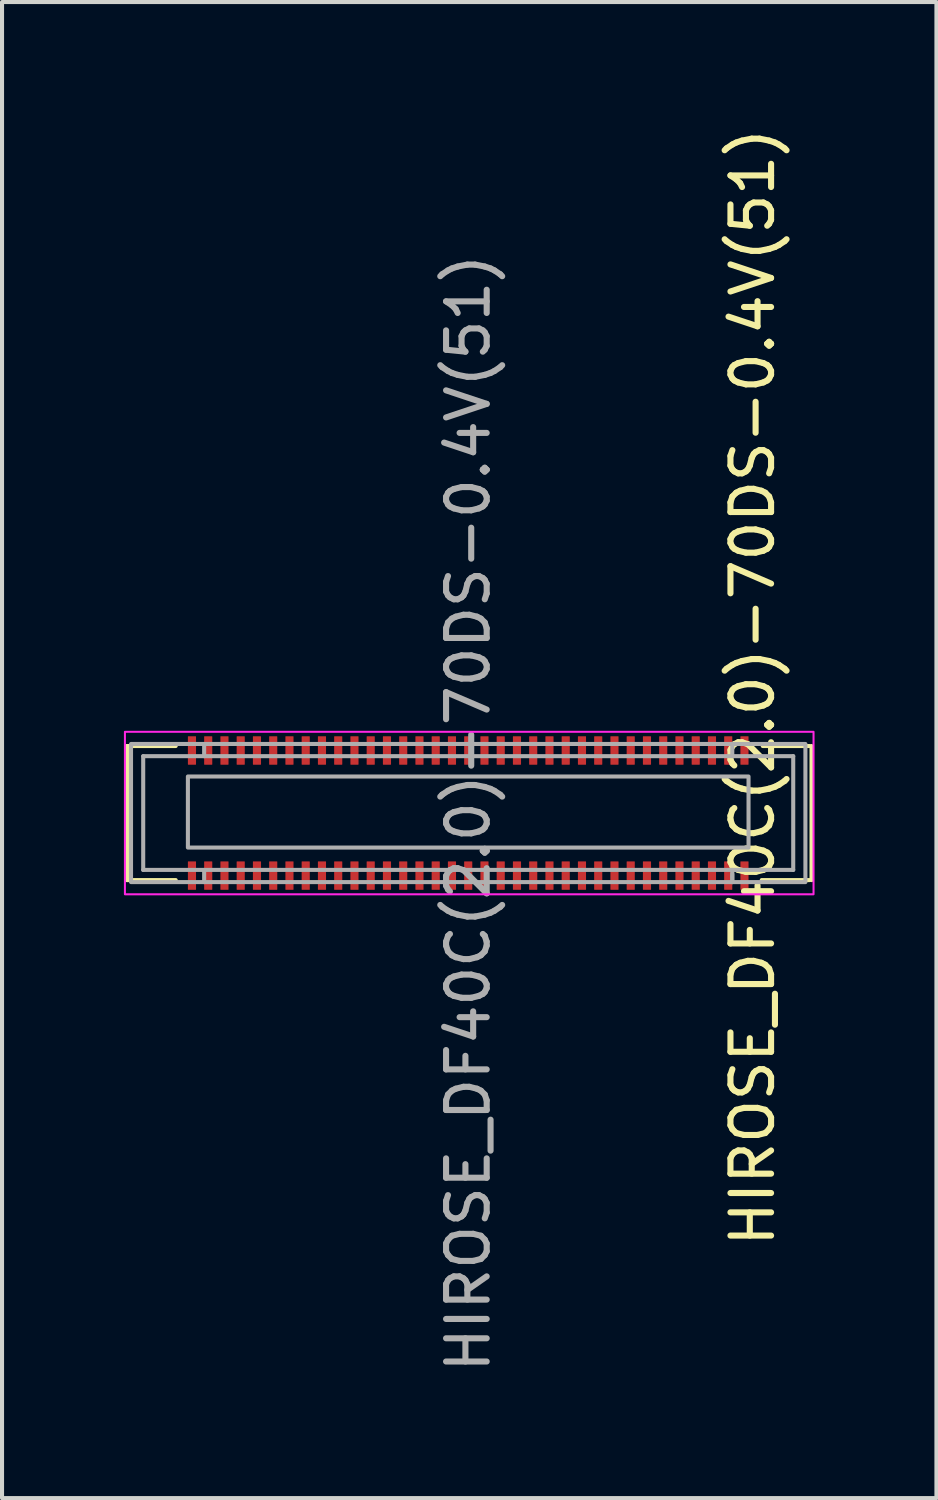
<source format=kicad_pcb>
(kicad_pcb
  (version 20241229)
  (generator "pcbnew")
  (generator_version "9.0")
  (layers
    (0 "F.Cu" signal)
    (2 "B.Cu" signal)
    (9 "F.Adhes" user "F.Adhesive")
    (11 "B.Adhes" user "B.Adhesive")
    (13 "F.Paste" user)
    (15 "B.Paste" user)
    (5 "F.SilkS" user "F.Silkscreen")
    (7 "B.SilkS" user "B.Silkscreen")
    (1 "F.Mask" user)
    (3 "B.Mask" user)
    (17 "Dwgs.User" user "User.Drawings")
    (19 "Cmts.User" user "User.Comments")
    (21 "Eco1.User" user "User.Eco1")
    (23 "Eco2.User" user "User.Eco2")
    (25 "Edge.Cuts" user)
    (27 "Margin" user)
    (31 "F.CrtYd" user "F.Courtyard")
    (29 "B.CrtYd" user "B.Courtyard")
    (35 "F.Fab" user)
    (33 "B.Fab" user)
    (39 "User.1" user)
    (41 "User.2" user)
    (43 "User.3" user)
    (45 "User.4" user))
  (footprint "HIROSE_DF40C(2.0)-70DS-0.4V(51)"
    (layer "F.Cu")
    (at 8.475 16.963)
    (property "Reference" "HIROSE_DF40C(2.0)-70DS-0.4V(51)" (at 7 -3.1 90) (unlocked yes) (layer "F.SilkS") (effects (font (size 1 1) (thickness 0.15))))
    (attr smd)
    (fp_rect (start -6.9 1.19) (end -6.7 1.89) (stroke (width 0) (type solid)) (fill yes) (layer "F.Mask"))
    (fp_rect (start -6.7 -1.19) (end -6.9 -1.89) (stroke (width 0) (type solid)) (fill yes) (layer "F.Mask"))
    (fp_rect (start -6.5 1.19) (end -6.3 1.89) (stroke (width 0) (type solid)) (fill yes) (layer "F.Mask"))
    (fp_rect (start -6.3 -1.19) (end -6.5 -1.89) (stroke (width 0) (type solid)) (fill yes) (layer "F.Mask"))
    (fp_rect (start -6.1 1.19) (end -5.9 1.89) (stroke (width 0) (type solid)) (fill yes) (layer "F.Mask"))
    (fp_rect (start -5.9 -1.19) (end -6.1 -1.89) (stroke (width 0) (type solid)) (fill yes) (layer "F.Mask"))
    (fp_rect (start -5.7 1.19) (end -5.5 1.89) (stroke (width 0) (type solid)) (fill yes) (layer "F.Mask"))
    (fp_rect (start -5.5 -1.19) (end -5.7 -1.89) (stroke (width 0) (type solid)) (fill yes) (layer "F.Mask"))
    (fp_rect (start -5.3 1.19) (end -5.1 1.89) (stroke (width 0) (type solid)) (fill yes) (layer "F.Mask"))
    (fp_rect (start -5.1 -1.19) (end -5.3 -1.89) (stroke (width 0) (type solid)) (fill yes) (layer "F.Mask"))
    (fp_rect (start -4.9 1.19) (end -4.7 1.89) (stroke (width 0) (type solid)) (fill yes) (layer "F.Mask"))
    (fp_rect (start -4.7 -1.19) (end -4.9 -1.89) (stroke (width 0) (type solid)) (fill yes) (layer "F.Mask"))
    (fp_rect (start -4.5 1.19) (end -4.3 1.89) (stroke (width 0) (type solid)) (fill yes) (layer "F.Mask"))
    (fp_rect (start -4.3 -1.19) (end -4.5 -1.89) (stroke (width 0) (type solid)) (fill yes) (layer "F.Mask"))
    (fp_rect (start -4.1 1.19) (end -3.9 1.89) (stroke (width 0) (type solid)) (fill yes) (layer "F.Mask"))
    (fp_rect (start -3.9 -1.19) (end -4.1 -1.89) (stroke (width 0) (type solid)) (fill yes) (layer "F.Mask"))
    (fp_rect (start -3.7 1.19) (end -3.5 1.89) (stroke (width 0) (type solid)) (fill yes) (layer "F.Mask"))
    (fp_rect (start -3.5 -1.19) (end -3.7 -1.89) (stroke (width 0) (type solid)) (fill yes) (layer "F.Mask"))
    (fp_rect (start -3.3 1.19) (end -3.1 1.89) (stroke (width 0) (type solid)) (fill yes) (layer "F.Mask"))
    (fp_rect (start -3.1 -1.19) (end -3.3 -1.89) (stroke (width 0) (type solid)) (fill yes) (layer "F.Mask"))
    (fp_rect (start -2.9 1.19) (end -2.7 1.89) (stroke (width 0) (type solid)) (fill yes) (layer "F.Mask"))
    (fp_rect (start -2.7 -1.19) (end -2.9 -1.89) (stroke (width 0) (type solid)) (fill yes) (layer "F.Mask"))
    (fp_rect (start -2.5 1.19) (end -2.3 1.89) (stroke (width 0) (type solid)) (fill yes) (layer "F.Mask"))
    (fp_rect (start -2.3 -1.19) (end -2.5 -1.89) (stroke (width 0) (type solid)) (fill yes) (layer "F.Mask"))
    (fp_rect (start -2.1 1.19) (end -1.9 1.89) (stroke (width 0) (type solid)) (fill yes) (layer "F.Mask"))
    (fp_rect (start -1.9 -1.19) (end -2.1 -1.89) (stroke (width 0) (type solid)) (fill yes) (layer "F.Mask"))
    (fp_rect (start -1.7 1.19) (end -1.5 1.89) (stroke (width 0) (type solid)) (fill yes) (layer "F.Mask"))
    (fp_rect (start -1.5 -1.19) (end -1.7 -1.89) (stroke (width 0) (type solid)) (fill yes) (layer "F.Mask"))
    (fp_rect (start -1.3 1.19) (end -1.1 1.89) (stroke (width 0) (type solid)) (fill yes) (layer "F.Mask"))
    (fp_rect (start -1.1 -1.19) (end -1.3 -1.89) (stroke (width 0) (type solid)) (fill yes) (layer "F.Mask"))
    (fp_rect (start -0.9 1.19) (end -0.7 1.89) (stroke (width 0) (type solid)) (fill yes) (layer "F.Mask"))
    (fp_rect (start -0.7 -1.19) (end -0.9 -1.89) (stroke (width 0) (type solid)) (fill yes) (layer "F.Mask"))
    (fp_rect (start -0.5 1.19) (end -0.3 1.89) (stroke (width 0) (type solid)) (fill yes) (layer "F.Mask"))
    (fp_rect (start -0.3 -1.19) (end -0.5 -1.89) (stroke (width 0) (type solid)) (fill yes) (layer "F.Mask"))
    (fp_rect (start -0.1 1.19) (end 0.1 1.89) (stroke (width 0) (type solid)) (fill yes) (layer "F.Mask"))
    (fp_rect (start 0.1 -1.19) (end -0.1 -1.89) (stroke (width 0) (type solid)) (fill yes) (layer "F.Mask"))
    (fp_rect (start 0.3 1.19) (end 0.5 1.89) (stroke (width 0) (type solid)) (fill yes) (layer "F.Mask"))
    (fp_rect (start 0.5 -1.19) (end 0.3 -1.89) (stroke (width 0) (type solid)) (fill yes) (layer "F.Mask"))
    (fp_rect (start 0.7 1.19) (end 0.9 1.89) (stroke (width 0) (type solid)) (fill yes) (layer "F.Mask"))
    (fp_rect (start 0.9 -1.19) (end 0.7 -1.89) (stroke (width 0) (type solid)) (fill yes) (layer "F.Mask"))
    (fp_rect (start 1.1 1.19) (end 1.3 1.89) (stroke (width 0) (type solid)) (fill yes) (layer "F.Mask"))
    (fp_rect (start 1.3 -1.19) (end 1.1 -1.89) (stroke (width 0) (type solid)) (fill yes) (layer "F.Mask"))
    (fp_rect (start 1.5 1.19) (end 1.7 1.89) (stroke (width 0) (type solid)) (fill yes) (layer "F.Mask"))
    (fp_rect (start 1.7 -1.19) (end 1.5 -1.89) (stroke (width 0) (type solid)) (fill yes) (layer "F.Mask"))
    (fp_rect (start 1.9 1.19) (end 2.1 1.89) (stroke (width 0) (type solid)) (fill yes) (layer "F.Mask"))
    (fp_rect (start 2.1 -1.19) (end 1.9 -1.89) (stroke (width 0) (type solid)) (fill yes) (layer "F.Mask"))
    (fp_rect (start 2.3 1.19) (end 2.5 1.89) (stroke (width 0) (type solid)) (fill yes) (layer "F.Mask"))
    (fp_rect (start 2.5 -1.19) (end 2.3 -1.89) (stroke (width 0) (type solid)) (fill yes) (layer "F.Mask"))
    (fp_rect (start 2.7 1.19) (end 2.9 1.89) (stroke (width 0) (type solid)) (fill yes) (layer "F.Mask"))
    (fp_rect (start 2.9 -1.19) (end 2.7 -1.89) (stroke (width 0) (type solid)) (fill yes) (layer "F.Mask"))
    (fp_rect (start 3.1 1.19) (end 3.3 1.89) (stroke (width 0) (type solid)) (fill yes) (layer "F.Mask"))
    (fp_rect (start 3.3 -1.19) (end 3.1 -1.89) (stroke (width 0) (type solid)) (fill yes) (layer "F.Mask"))
    (fp_rect (start 3.5 1.19) (end 3.7 1.89) (stroke (width 0) (type solid)) (fill yes) (layer "F.Mask"))
    (fp_rect (start 3.7 -1.19) (end 3.5 -1.89) (stroke (width 0) (type solid)) (fill yes) (layer "F.Mask"))
    (fp_rect (start 3.9 1.19) (end 4.1 1.89) (stroke (width 0) (type solid)) (fill yes) (layer "F.Mask"))
    (fp_rect (start 4.1 -1.19) (end 3.9 -1.89) (stroke (width 0) (type solid)) (fill yes) (layer "F.Mask"))
    (fp_rect (start 4.3 1.19) (end 4.5 1.89) (stroke (width 0) (type solid)) (fill yes) (layer "F.Mask"))
    (fp_rect (start 4.5 -1.19) (end 4.3 -1.89) (stroke (width 0) (type solid)) (fill yes) (layer "F.Mask"))
    (fp_rect (start 4.7 1.19) (end 4.9 1.89) (stroke (width 0) (type solid)) (fill yes) (layer "F.Mask"))
    (fp_rect (start 4.9 -1.19) (end 4.7 -1.89) (stroke (width 0) (type solid)) (fill yes) (layer "F.Mask"))
    (fp_rect (start 5.1 1.19) (end 5.3 1.89) (stroke (width 0) (type solid)) (fill yes) (layer "F.Mask"))
    (fp_rect (start 5.3 -1.19) (end 5.1 -1.89) (stroke (width 0) (type solid)) (fill yes) (layer "F.Mask"))
    (fp_rect (start 5.5 1.19) (end 5.7 1.89) (stroke (width 0) (type solid)) (fill yes) (layer "F.Mask"))
    (fp_rect (start 5.7 -1.19) (end 5.5 -1.89) (stroke (width 0) (type solid)) (fill yes) (layer "F.Mask"))
    (fp_rect (start 5.9 1.19) (end 6.1 1.89) (stroke (width 0) (type solid)) (fill yes) (layer "F.Mask"))
    (fp_rect (start 6.1 -1.19) (end 5.9 -1.89) (stroke (width 0) (type solid)) (fill yes) (layer "F.Mask"))
    (fp_rect (start 6.3 1.19) (end 6.5 1.89) (stroke (width 0) (type solid)) (fill yes) (layer "F.Mask"))
    (fp_rect (start 6.5 -1.19) (end 6.3 -1.89) (stroke (width 0) (type solid)) (fill yes) (layer "F.Mask"))
    (fp_rect (start 6.9 -1.19) (end 6.7 -1.89) (stroke (width 0) (type solid)) (fill yes) (layer "F.Mask"))
    (fp_line (start -8.4 -1.65) (end -7.2 -1.65) (stroke (width 0.1) (type default)) (layer "F.SilkS"))
    (fp_line (start -8.4 1.65) (end -8.4 -1.65) (stroke (width 0.1) (type default)) (layer "F.SilkS"))
    (fp_line (start -7.2 1.65) (end -8.4 1.65) (stroke (width 0.1) (type default)) (layer "F.SilkS"))
    (fp_line (start 7.25 -1.65) (end 8.4 -1.65) (stroke (width 0.1) (type default)) (layer "F.SilkS"))
    (fp_line (start 8.4 1.65) (end 7.225 1.65) (stroke (width 0.1) (type default)) (layer "F.SilkS"))
    (fp_line (start 8.45 -1.65) (end 8.45 1.65) (stroke (width 0.1) (type default)) (layer "F.SilkS"))
    (fp_rect (start 8.5 -2) (end -8.45 2) (stroke (width 0.05) (type solid)) (fill no) (layer "F.CrtYd"))
    (fp_line (start -8 -1.4) (end -8 1.4) (stroke (width 0.1) (type default)) (layer "F.Fab"))
    (fp_line (start -8 1.4) (end 8 1.4) (stroke (width 0.1) (type default)) (layer "F.Fab"))
    (fp_line (start -6.5 -1.7) (end -6.5 -1.4) (stroke (width 0.1) (type default)) (layer "F.Fab"))
    (fp_line (start -6.5 1.7) (end -6.5 1.4) (stroke (width 0.1) (type default)) (layer "F.Fab"))
    (fp_line (start 6.5 -1.4) (end 6.5 -1.7) (stroke (width 0.1) (type default)) (layer "F.Fab"))
    (fp_line (start 6.5 1.5) (end 6.5 1.7) (stroke (width 0.1) (type default)) (layer "F.Fab"))
    (fp_line (start 6.5 1.7) (end 6.5 1.4) (stroke (width 0.1) (type default)) (layer "F.Fab"))
    (fp_line (start 8 -1.4) (end -8 -1.4) (stroke (width 0.1) (type default)) (layer "F.Fab"))
    (fp_line (start 8 -1.4) (end 8 1.4) (stroke (width 0.1) (type default)) (layer "F.Fab"))
    (fp_rect (start -8.3 -1.7) (end 8.3 1.7) (stroke (width 0.1) (type default)) (fill no) (layer "F.Fab"))
    (fp_rect (start -6.9 -0.9) (end 6.9 0.85) (stroke (width 0.1) (type default)) (fill no) (layer "F.Fab"))
    (fp_text user "${REFERENCE}" (at 0 0 90) (unlocked yes) (layer "F.Fab") (effects (font (size 1 1) (thickness 0.15))))
    (pad "1" smd roundrect (at 6.8 1.54 180) (size 0.2 0.7) (layers "F.Cu" "F.Mask" "F.Paste") (roundrect_rratio 0.05))
    (pad "2" smd roundrect (at 6.8 -1.54 180) (size 0.2 0.7) (layers "F.Cu" "F.Mask" "F.Paste") (roundrect_rratio 0.05))
    (pad "3" smd roundrect (at 6.4 1.54 180) (size 0.2 0.7) (layers "F.Cu" "F.Mask" "F.Paste") (roundrect_rratio 0.05))
    (pad "4" smd roundrect (at 6.4 -1.54 180) (size 0.2 0.7) (layers "F.Cu" "F.Mask" "F.Paste") (roundrect_rratio 0.05))
    (pad "5" smd roundrect (at 6 1.54 180) (size 0.2 0.7) (layers "F.Cu" "F.Mask" "F.Paste") (roundrect_rratio 0.05))
    (pad "6" smd roundrect (at 6 -1.54 180) (size 0.2 0.7) (layers "F.Cu" "F.Mask" "F.Paste") (roundrect_rratio 0.05))
    (pad "7" smd roundrect (at 5.6 1.54 180) (size 0.2 0.7) (layers "F.Cu" "F.Mask" "F.Paste") (roundrect_rratio 0.05))
    (pad "8" smd roundrect (at 5.6 -1.54 180) (size 0.2 0.7) (layers "F.Cu" "F.Mask" "F.Paste") (roundrect_rratio 0.05))
    (pad "9" smd roundrect (at 5.2 1.54 180) (size 0.2 0.7) (layers "F.Cu" "F.Mask" "F.Paste") (roundrect_rratio 0.05))
    (pad "10" smd roundrect (at 5.2 -1.54 180) (size 0.2 0.7) (layers "F.Cu" "F.Mask" "F.Paste") (roundrect_rratio 0.05))
    (pad "11" smd roundrect (at 4.8 1.54 180) (size 0.2 0.7) (layers "F.Cu" "F.Mask" "F.Paste") (roundrect_rratio 0.05))
    (pad "12" smd roundrect (at 4.8 -1.54 180) (size 0.2 0.7) (layers "F.Cu" "F.Mask" "F.Paste") (roundrect_rratio 0.05))
    (pad "13" smd roundrect (at 4.4 1.54 180) (size 0.2 0.7) (layers "F.Cu" "F.Mask" "F.Paste") (roundrect_rratio 0.05))
    (pad "14" smd roundrect (at 4.4 -1.54 180) (size 0.2 0.7) (layers "F.Cu" "F.Mask" "F.Paste") (roundrect_rratio 0.05))
    (pad "15" smd roundrect (at 4 1.54 180) (size 0.2 0.7) (layers "F.Cu" "F.Mask" "F.Paste") (roundrect_rratio 0.05))
    (pad "16" smd roundrect (at 4 -1.54 180) (size 0.2 0.7) (layers "F.Cu" "F.Mask" "F.Paste") (roundrect_rratio 0.05))
    (pad "17" smd roundrect (at 3.6 1.54 180) (size 0.2 0.7) (layers "F.Cu" "F.Mask" "F.Paste") (roundrect_rratio 0.05))
    (pad "18" smd roundrect (at 3.6 -1.54 180) (size 0.2 0.7) (layers "F.Cu" "F.Mask" "F.Paste") (roundrect_rratio 0.05))
    (pad "19" smd roundrect (at 3.2 1.54 180) (size 0.2 0.7) (layers "F.Cu" "F.Mask" "F.Paste") (roundrect_rratio 0.05))
    (pad "20" smd roundrect (at 3.2 -1.54 180) (size 0.2 0.7) (layers "F.Cu" "F.Mask" "F.Paste") (roundrect_rratio 0.05))
    (pad "21" smd roundrect (at 2.8 1.54 180) (size 0.2 0.7) (layers "F.Cu" "F.Mask" "F.Paste") (roundrect_rratio 0.05))
    (pad "22" smd roundrect (at 2.8 -1.54 180) (size 0.2 0.7) (layers "F.Cu" "F.Mask" "F.Paste") (roundrect_rratio 0.05))
    (pad "23" smd roundrect (at 2.4 1.54 180) (size 0.2 0.7) (layers "F.Cu" "F.Mask" "F.Paste") (roundrect_rratio 0.05))
    (pad "24" smd roundrect (at 2.4 -1.54 180) (size 0.2 0.7) (layers "F.Cu" "F.Mask" "F.Paste") (roundrect_rratio 0.05))
    (pad "25" smd roundrect (at 2 1.54 180) (size 0.2 0.7) (layers "F.Cu" "F.Mask" "F.Paste") (roundrect_rratio 0.05))
    (pad "26" smd roundrect (at 2 -1.54 180) (size 0.2 0.7) (layers "F.Cu" "F.Mask" "F.Paste") (roundrect_rratio 0.05))
    (pad "27" smd roundrect (at 1.6 1.54 180) (size 0.2 0.7) (layers "F.Cu" "F.Mask" "F.Paste") (roundrect_rratio 0.05))
    (pad "28" smd roundrect (at 1.6 -1.54 180) (size 0.2 0.7) (layers "F.Cu" "F.Mask" "F.Paste") (roundrect_rratio 0.05))
    (pad "29" smd roundrect (at 1.2 1.54 180) (size 0.2 0.7) (layers "F.Cu" "F.Mask" "F.Paste") (roundrect_rratio 0.05))
    (pad "30" smd roundrect (at 1.2 -1.54 180) (size 0.2 0.7) (layers "F.Cu" "F.Mask" "F.Paste") (roundrect_rratio 0.05))
    (pad "31" smd roundrect (at 0.8 1.54 180) (size 0.2 0.7) (layers "F.Cu" "F.Mask" "F.Paste") (roundrect_rratio 0.05))
    (pad "32" smd roundrect (at 0.8 -1.54 180) (size 0.2 0.7) (layers "F.Cu" "F.Mask" "F.Paste") (roundrect_rratio 0.05))
    (pad "33" smd roundrect (at 0.4 1.54 180) (size 0.2 0.7) (layers "F.Cu" "F.Mask" "F.Paste") (roundrect_rratio 0.05))
    (pad "34" smd roundrect (at 0.4 -1.54 180) (size 0.2 0.7) (layers "F.Cu" "F.Mask" "F.Paste") (roundrect_rratio 0.05))
    (pad "35" smd roundrect (at 0 1.54 180) (size 0.2 0.7) (layers "F.Cu" "F.Mask" "F.Paste") (roundrect_rratio 0.05))
    (pad "36" smd roundrect (at 0 -1.54 180) (size 0.2 0.7) (layers "F.Cu" "F.Mask" "F.Paste") (roundrect_rratio 0.05))
    (pad "37" smd roundrect (at -0.4 1.54 180) (size 0.2 0.7) (layers "F.Cu" "F.Mask" "F.Paste") (roundrect_rratio 0.05))
    (pad "38" smd roundrect (at -0.4 -1.54 180) (size 0.2 0.7) (layers "F.Cu" "F.Mask" "F.Paste") (roundrect_rratio 0.05))
    (pad "39" smd roundrect (at -0.8 1.54 180) (size 0.2 0.7) (layers "F.Cu" "F.Mask" "F.Paste") (roundrect_rratio 0.05))
    (pad "40" smd roundrect (at -0.8 -1.54 180) (size 0.2 0.7) (layers "F.Cu" "F.Mask" "F.Paste") (roundrect_rratio 0.05))
    (pad "41" smd roundrect (at -1.2 1.54 180) (size 0.2 0.7) (layers "F.Cu" "F.Mask" "F.Paste") (roundrect_rratio 0.05))
    (pad "42" smd roundrect (at -1.2 -1.54 180) (size 0.2 0.7) (layers "F.Cu" "F.Mask" "F.Paste") (roundrect_rratio 0.05))
    (pad "43" smd roundrect (at -1.6 1.54 180) (size 0.2 0.7) (layers "F.Cu" "F.Mask" "F.Paste") (roundrect_rratio 0.05))
    (pad "44" smd roundrect (at -1.6 -1.54 180) (size 0.2 0.7) (layers "F.Cu" "F.Mask" "F.Paste") (roundrect_rratio 0.05))
    (pad "45" smd roundrect (at -2 1.54 180) (size 0.2 0.7) (layers "F.Cu" "F.Mask" "F.Paste") (roundrect_rratio 0.05))
    (pad "46" smd roundrect (at -2 -1.54 180) (size 0.2 0.7) (layers "F.Cu" "F.Mask" "F.Paste") (roundrect_rratio 0.05))
    (pad "47" smd roundrect (at -2.4 1.54 180) (size 0.2 0.7) (layers "F.Cu" "F.Mask" "F.Paste") (roundrect_rratio 0.05))
    (pad "48" smd roundrect (at -2.4 -1.54 180) (size 0.2 0.7) (layers "F.Cu" "F.Mask" "F.Paste") (roundrect_rratio 0.05))
    (pad "49" smd roundrect (at -2.8 1.54 180) (size 0.2 0.7) (layers "F.Cu" "F.Mask" "F.Paste") (roundrect_rratio 0.05))
    (pad "50" smd roundrect (at -2.8 -1.54 180) (size 0.2 0.7) (layers "F.Cu" "F.Mask" "F.Paste") (roundrect_rratio 0.05))
    (pad "51" smd roundrect (at -3.2 1.54 180) (size 0.2 0.7) (layers "F.Cu" "F.Mask" "F.Paste") (roundrect_rratio 0.05))
    (pad "52" smd roundrect (at -3.2 -1.54 180) (size 0.2 0.7) (layers "F.Cu" "F.Mask" "F.Paste") (roundrect_rratio 0.05))
    (pad "53" smd roundrect (at -3.6 1.54 180) (size 0.2 0.7) (layers "F.Cu" "F.Mask" "F.Paste") (roundrect_rratio 0.05))
    (pad "54" smd roundrect (at -3.6 -1.54 180) (size 0.2 0.7) (layers "F.Cu" "F.Mask" "F.Paste") (roundrect_rratio 0.05))
    (pad "55" smd roundrect (at -4 1.54 180) (size 0.2 0.7) (layers "F.Cu" "F.Mask" "F.Paste") (roundrect_rratio 0.05))
    (pad "56" smd roundrect (at -4 -1.54 180) (size 0.2 0.7) (layers "F.Cu" "F.Mask" "F.Paste") (roundrect_rratio 0.05))
    (pad "57" smd roundrect (at -4.4 1.54 180) (size 0.2 0.7) (layers "F.Cu" "F.Mask" "F.Paste") (roundrect_rratio 0.05))
    (pad "58" smd roundrect (at -4.4 -1.54 180) (size 0.2 0.7) (layers "F.Cu" "F.Mask" "F.Paste") (roundrect_rratio 0.05))
    (pad "59" smd roundrect (at -4.8 1.54 180) (size 0.2 0.7) (layers "F.Cu" "F.Mask" "F.Paste") (roundrect_rratio 0.05))
    (pad "60" smd roundrect (at -4.8 -1.54 180) (size 0.2 0.7) (layers "F.Cu" "F.Mask" "F.Paste") (roundrect_rratio 0.05))
    (pad "61" smd roundrect (at -5.2 1.54 180) (size 0.2 0.7) (layers "F.Cu" "F.Mask" "F.Paste") (roundrect_rratio 0.05))
    (pad "62" smd roundrect (at -5.2 -1.54 180) (size 0.2 0.7) (layers "F.Cu" "F.Mask" "F.Paste") (roundrect_rratio 0.05))
    (pad "63" smd roundrect (at -5.6 1.54 180) (size 0.2 0.7) (layers "F.Cu" "F.Mask" "F.Paste") (roundrect_rratio 0.05))
    (pad "64" smd roundrect (at -5.6 -1.54 180) (size 0.2 0.7) (layers "F.Cu" "F.Mask" "F.Paste") (roundrect_rratio 0.05))
    (pad "65" smd roundrect (at -6 1.54 180) (size 0.2 0.7) (layers "F.Cu" "F.Mask" "F.Paste") (roundrect_rratio 0.05))
    (pad "66" smd roundrect (at -6 -1.54 180) (size 0.2 0.7) (layers "F.Cu" "F.Mask" "F.Paste") (roundrect_rratio 0.05))
    (pad "67" smd roundrect (at -6.4 1.54 180) (size 0.2 0.7) (layers "F.Cu" "F.Mask" "F.Paste") (roundrect_rratio 0.05))
    (pad "68" smd roundrect (at -6.4 -1.54 180) (size 0.2 0.7) (layers "F.Cu" "F.Mask" "F.Paste") (roundrect_rratio 0.05))
    (pad "69" smd roundrect (at -6.8 1.54 180) (size 0.2 0.7) (layers "F.Cu" "F.Mask" "F.Paste") (roundrect_rratio 0.05))
    (pad "70" smd roundrect (at -6.8 -1.54 180) (size 0.2 0.7) (layers "F.Cu" "F.Mask" "F.Paste") (roundrect_rratio 0.05)))
  (gr_rect
    (start -3 -3)
    (end 20 33.826)
    (stroke (width 0.1) (type default))
    (fill no)
    (layer "Edge.Cuts")))
</source>
